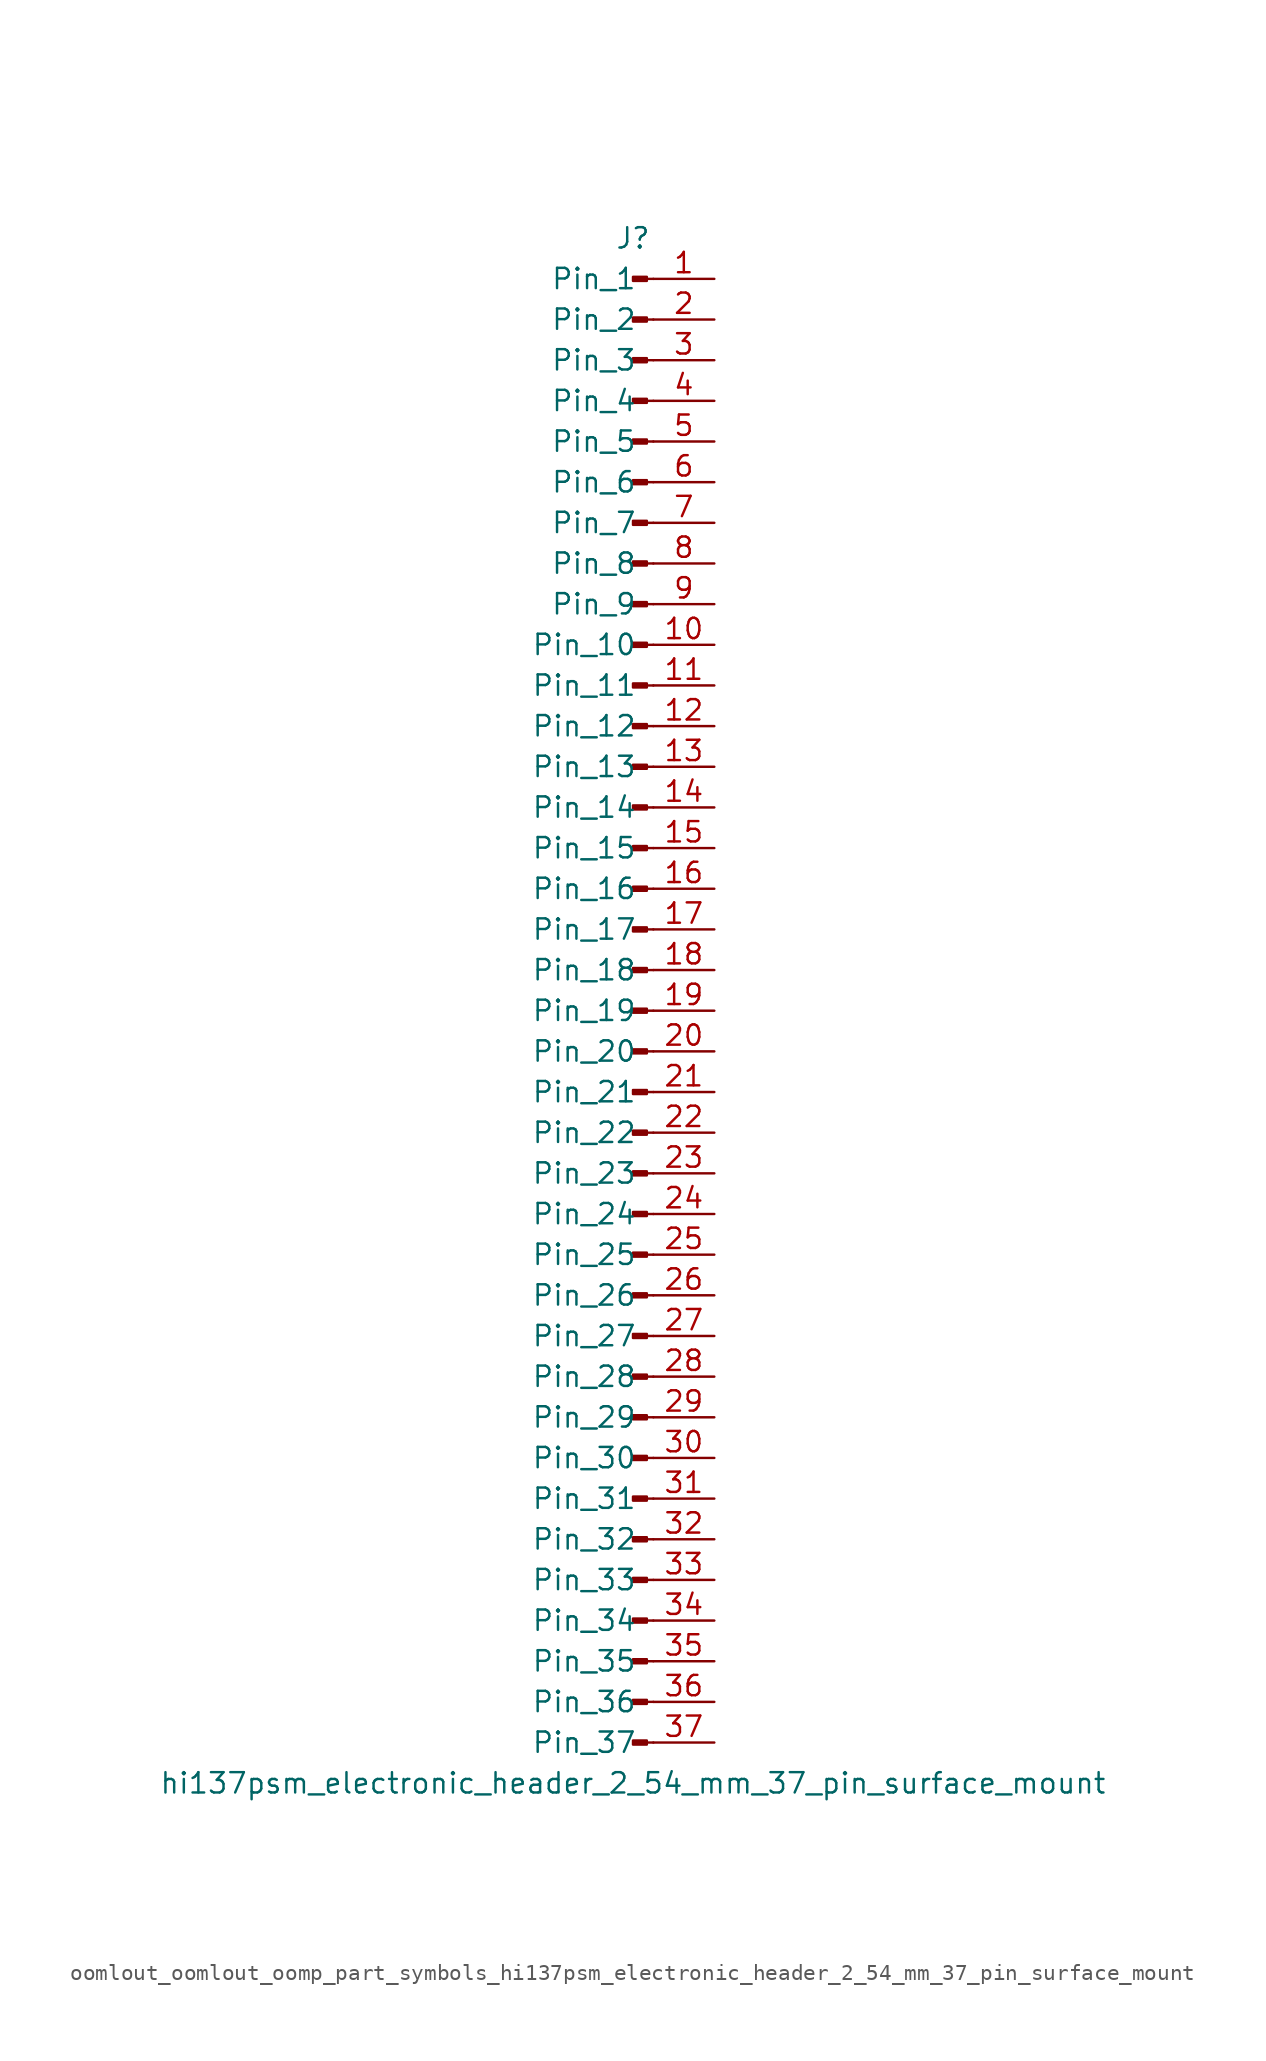
<source format=kicad_sym>
(kicad_symbol_lib
  (version 20220914)
  (generator kicad_symbol_editor)
  (symbol "oomlout_oomlout_oomp_part_symbols_hi137psm_electronic_header_2_54_mm_37_pin_surface_mount"
    (pin_names
      (offset 1.016))
    (property "Reference" "J"
      (at 0 48.26 0)
      (effects (font (size 1.27 1.27))))
    (property "Value" "hi137psm_electronic_header_2_54_mm_37_pin_surface_mount"
      (at 0 -48.26 0)
      (effects (font (size 1.27 1.27))))
    (property "ki_locked" ""
      (at 0 0 0)
      (effects (font (size 1.27 1.27))))
    (symbol "oomlout_oomlout_oomp_part_symbols_hi137psm_electronic_header_2_54_mm_37_pin_surface_mount_1_1"
      (polyline (pts (xy 1.27 -45.72) (xy 0.864 -45.72)) (stroke (width 0.152) (type default)) (fill (type none)))
      (polyline (pts (xy 1.27 -43.18) (xy 0.864 -43.18)) (stroke (width 0.152) (type default)) (fill (type none)))
      (polyline (pts (xy 1.27 -40.64) (xy 0.864 -40.64)) (stroke (width 0.152) (type default)) (fill (type none)))
      (polyline (pts (xy 1.27 -38.1) (xy 0.864 -38.1)) (stroke (width 0.152) (type default)) (fill (type none)))
      (polyline (pts (xy 1.27 -35.56) (xy 0.864 -35.56)) (stroke (width 0.152) (type default)) (fill (type none)))
      (polyline (pts (xy 1.27 -33.02) (xy 0.864 -33.02)) (stroke (width 0.152) (type default)) (fill (type none)))
      (polyline (pts (xy 1.27 -30.48) (xy 0.864 -30.48)) (stroke (width 0.152) (type default)) (fill (type none)))
      (polyline (pts (xy 1.27 -27.94) (xy 0.864 -27.94)) (stroke (width 0.152) (type default)) (fill (type none)))
      (polyline (pts (xy 1.27 -25.4) (xy 0.864 -25.4)) (stroke (width 0.152) (type default)) (fill (type none)))
      (polyline (pts (xy 1.27 -22.86) (xy 0.864 -22.86)) (stroke (width 0.152) (type default)) (fill (type none)))
      (polyline (pts (xy 1.27 -20.32) (xy 0.864 -20.32)) (stroke (width 0.152) (type default)) (fill (type none)))
      (polyline (pts (xy 1.27 -17.78) (xy 0.864 -17.78)) (stroke (width 0.152) (type default)) (fill (type none)))
      (polyline (pts (xy 1.27 -15.24) (xy 0.864 -15.24)) (stroke (width 0.152) (type default)) (fill (type none)))
      (polyline (pts (xy 1.27 -12.7) (xy 0.864 -12.7)) (stroke (width 0.152) (type default)) (fill (type none)))
      (polyline (pts (xy 1.27 -10.16) (xy 0.864 -10.16)) (stroke (width 0.152) (type default)) (fill (type none)))
      (polyline (pts (xy 1.27 -7.62) (xy 0.864 -7.62)) (stroke (width 0.152) (type default)) (fill (type none)))
      (polyline (pts (xy 1.27 -5.08) (xy 0.864 -5.08)) (stroke (width 0.152) (type default)) (fill (type none)))
      (polyline (pts (xy 1.27 -2.54) (xy 0.864 -2.54)) (stroke (width 0.152) (type default)) (fill (type none)))
      (polyline (pts (xy 1.27 0) (xy 0.864 0)) (stroke (width 0.152) (type default)) (fill (type none)))
      (polyline (pts (xy 1.27 2.54) (xy 0.864 2.54)) (stroke (width 0.152) (type default)) (fill (type none)))
      (polyline (pts (xy 1.27 5.08) (xy 0.864 5.08)) (stroke (width 0.152) (type default)) (fill (type none)))
      (polyline (pts (xy 1.27 7.62) (xy 0.864 7.62)) (stroke (width 0.152) (type default)) (fill (type none)))
      (polyline (pts (xy 1.27 10.16) (xy 0.864 10.16)) (stroke (width 0.152) (type default)) (fill (type none)))
      (polyline (pts (xy 1.27 12.7) (xy 0.864 12.7)) (stroke (width 0.152) (type default)) (fill (type none)))
      (polyline (pts (xy 1.27 15.24) (xy 0.864 15.24)) (stroke (width 0.152) (type default)) (fill (type none)))
      (polyline (pts (xy 1.27 17.78) (xy 0.864 17.78)) (stroke (width 0.152) (type default)) (fill (type none)))
      (polyline (pts (xy 1.27 20.32) (xy 0.864 20.32)) (stroke (width 0.152) (type default)) (fill (type none)))
      (polyline (pts (xy 1.27 22.86) (xy 0.864 22.86)) (stroke (width 0.152) (type default)) (fill (type none)))
      (polyline (pts (xy 1.27 25.4) (xy 0.864 25.4)) (stroke (width 0.152) (type default)) (fill (type none)))
      (polyline (pts (xy 1.27 27.94) (xy 0.864 27.94)) (stroke (width 0.152) (type default)) (fill (type none)))
      (polyline (pts (xy 1.27 30.48) (xy 0.864 30.48)) (stroke (width 0.152) (type default)) (fill (type none)))
      (polyline (pts (xy 1.27 33.02) (xy 0.864 33.02)) (stroke (width 0.152) (type default)) (fill (type none)))
      (polyline (pts (xy 1.27 35.56) (xy 0.864 35.56)) (stroke (width 0.152) (type default)) (fill (type none)))
      (polyline (pts (xy 1.27 38.1) (xy 0.864 38.1)) (stroke (width 0.152) (type default)) (fill (type none)))
      (polyline (pts (xy 1.27 40.64) (xy 0.864 40.64)) (stroke (width 0.152) (type default)) (fill (type none)))
      (polyline (pts (xy 1.27 43.18) (xy 0.864 43.18)) (stroke (width 0.152) (type default)) (fill (type none)))
      (polyline (pts (xy 1.27 45.72) (xy 0.864 45.72)) (stroke (width 0.152) (type default)) (fill (type none)))
      (rectangle (start 0.864 -45.593) (end 0 -45.847) (stroke (width 0.152) (type default)) (fill (type outline)))
      (rectangle (start 0.864 -43.053) (end 0 -43.307) (stroke (width 0.152) (type default)) (fill (type outline)))
      (rectangle (start 0.864 -40.513) (end 0 -40.767) (stroke (width 0.152) (type default)) (fill (type outline)))
      (rectangle (start 0.864 -37.973) (end 0 -38.227) (stroke (width 0.152) (type default)) (fill (type outline)))
      (rectangle (start 0.864 -35.433) (end 0 -35.687) (stroke (width 0.152) (type default)) (fill (type outline)))
      (rectangle (start 0.864 -32.893) (end 0 -33.147) (stroke (width 0.152) (type default)) (fill (type outline)))
      (rectangle (start 0.864 -30.353) (end 0 -30.607) (stroke (width 0.152) (type default)) (fill (type outline)))
      (rectangle (start 0.864 -27.813) (end 0 -28.067) (stroke (width 0.152) (type default)) (fill (type outline)))
      (rectangle (start 0.864 -25.273) (end 0 -25.527) (stroke (width 0.152) (type default)) (fill (type outline)))
      (rectangle (start 0.864 -22.733) (end 0 -22.987) (stroke (width 0.152) (type default)) (fill (type outline)))
      (rectangle (start 0.864 -20.193) (end 0 -20.447) (stroke (width 0.152) (type default)) (fill (type outline)))
      (rectangle (start 0.864 -17.653) (end 0 -17.907) (stroke (width 0.152) (type default)) (fill (type outline)))
      (rectangle (start 0.864 -15.113) (end 0 -15.367) (stroke (width 0.152) (type default)) (fill (type outline)))
      (rectangle (start 0.864 -12.573) (end 0 -12.827) (stroke (width 0.152) (type default)) (fill (type outline)))
      (rectangle (start 0.864 -10.033) (end 0 -10.287) (stroke (width 0.152) (type default)) (fill (type outline)))
      (rectangle (start 0.864 -7.493) (end 0 -7.747) (stroke (width 0.152) (type default)) (fill (type outline)))
      (rectangle (start 0.864 -4.953) (end 0 -5.207) (stroke (width 0.152) (type default)) (fill (type outline)))
      (rectangle (start 0.864 -2.413) (end 0 -2.667) (stroke (width 0.152) (type default)) (fill (type outline)))
      (rectangle (start 0.864 0.127) (end 0 -0.127) (stroke (width 0.152) (type default)) (fill (type outline)))
      (rectangle (start 0.864 2.667) (end 0 2.413) (stroke (width 0.152) (type default)) (fill (type outline)))
      (rectangle (start 0.864 5.207) (end 0 4.953) (stroke (width 0.152) (type default)) (fill (type outline)))
      (rectangle (start 0.864 7.747) (end 0 7.493) (stroke (width 0.152) (type default)) (fill (type outline)))
      (rectangle (start 0.864 10.287) (end 0 10.033) (stroke (width 0.152) (type default)) (fill (type outline)))
      (rectangle (start 0.864 12.827) (end 0 12.573) (stroke (width 0.152) (type default)) (fill (type outline)))
      (rectangle (start 0.864 15.367) (end 0 15.113) (stroke (width 0.152) (type default)) (fill (type outline)))
      (rectangle (start 0.864 17.907) (end 0 17.653) (stroke (width 0.152) (type default)) (fill (type outline)))
      (rectangle (start 0.864 20.447) (end 0 20.193) (stroke (width 0.152) (type default)) (fill (type outline)))
      (rectangle (start 0.864 22.987) (end 0 22.733) (stroke (width 0.152) (type default)) (fill (type outline)))
      (rectangle (start 0.864 25.527) (end 0 25.273) (stroke (width 0.152) (type default)) (fill (type outline)))
      (rectangle (start 0.864 28.067) (end 0 27.813) (stroke (width 0.152) (type default)) (fill (type outline)))
      (rectangle (start 0.864 30.607) (end 0 30.353) (stroke (width 0.152) (type default)) (fill (type outline)))
      (rectangle (start 0.864 33.147) (end 0 32.893) (stroke (width 0.152) (type default)) (fill (type outline)))
      (rectangle (start 0.864 35.687) (end 0 35.433) (stroke (width 0.152) (type default)) (fill (type outline)))
      (rectangle (start 0.864 38.227) (end 0 37.973) (stroke (width 0.152) (type default)) (fill (type outline)))
      (rectangle (start 0.864 40.767) (end 0 40.513) (stroke (width 0.152) (type default)) (fill (type outline)))
      (rectangle (start 0.864 43.307) (end 0 43.053) (stroke (width 0.152) (type default)) (fill (type outline)))
      (rectangle (start 0.864 45.847) (end 0 45.593) (stroke (width 0.152) (type default)) (fill (type outline)))
      (pin passive line (at 5.08 45.72 180) (length 3.81) (name "Pin_1" (effects (font (size 1.27 1.27)))) (number "1" (effects (font (size 1.27 1.27)))))
      (pin passive line (at 5.08 22.86 180) (length 3.81) (name "Pin_10" (effects (font (size 1.27 1.27)))) (number "10" (effects (font (size 1.27 1.27)))))
      (pin passive line (at 5.08 20.32 180) (length 3.81) (name "Pin_11" (effects (font (size 1.27 1.27)))) (number "11" (effects (font (size 1.27 1.27)))))
      (pin passive line (at 5.08 17.78 180) (length 3.81) (name "Pin_12" (effects (font (size 1.27 1.27)))) (number "12" (effects (font (size 1.27 1.27)))))
      (pin passive line (at 5.08 15.24 180) (length 3.81) (name "Pin_13" (effects (font (size 1.27 1.27)))) (number "13" (effects (font (size 1.27 1.27)))))
      (pin passive line (at 5.08 12.7 180) (length 3.81) (name "Pin_14" (effects (font (size 1.27 1.27)))) (number "14" (effects (font (size 1.27 1.27)))))
      (pin passive line (at 5.08 10.16 180) (length 3.81) (name "Pin_15" (effects (font (size 1.27 1.27)))) (number "15" (effects (font (size 1.27 1.27)))))
      (pin passive line (at 5.08 7.62 180) (length 3.81) (name "Pin_16" (effects (font (size 1.27 1.27)))) (number "16" (effects (font (size 1.27 1.27)))))
      (pin passive line (at 5.08 5.08 180) (length 3.81) (name "Pin_17" (effects (font (size 1.27 1.27)))) (number "17" (effects (font (size 1.27 1.27)))))
      (pin passive line (at 5.08 2.54 180) (length 3.81) (name "Pin_18" (effects (font (size 1.27 1.27)))) (number "18" (effects (font (size 1.27 1.27)))))
      (pin passive line (at 5.08 0 180) (length 3.81) (name "Pin_19" (effects (font (size 1.27 1.27)))) (number "19" (effects (font (size 1.27 1.27)))))
      (pin passive line (at 5.08 43.18 180) (length 3.81) (name "Pin_2" (effects (font (size 1.27 1.27)))) (number "2" (effects (font (size 1.27 1.27)))))
      (pin passive line (at 5.08 -2.54 180) (length 3.81) (name "Pin_20" (effects (font (size 1.27 1.27)))) (number "20" (effects (font (size 1.27 1.27)))))
      (pin passive line (at 5.08 -5.08 180) (length 3.81) (name "Pin_21" (effects (font (size 1.27 1.27)))) (number "21" (effects (font (size 1.27 1.27)))))
      (pin passive line (at 5.08 -7.62 180) (length 3.81) (name "Pin_22" (effects (font (size 1.27 1.27)))) (number "22" (effects (font (size 1.27 1.27)))))
      (pin passive line (at 5.08 -10.16 180) (length 3.81) (name "Pin_23" (effects (font (size 1.27 1.27)))) (number "23" (effects (font (size 1.27 1.27)))))
      (pin passive line (at 5.08 -12.7 180) (length 3.81) (name "Pin_24" (effects (font (size 1.27 1.27)))) (number "24" (effects (font (size 1.27 1.27)))))
      (pin passive line (at 5.08 -15.24 180) (length 3.81) (name "Pin_25" (effects (font (size 1.27 1.27)))) (number "25" (effects (font (size 1.27 1.27)))))
      (pin passive line (at 5.08 -17.78 180) (length 3.81) (name "Pin_26" (effects (font (size 1.27 1.27)))) (number "26" (effects (font (size 1.27 1.27)))))
      (pin passive line (at 5.08 -20.32 180) (length 3.81) (name "Pin_27" (effects (font (size 1.27 1.27)))) (number "27" (effects (font (size 1.27 1.27)))))
      (pin passive line (at 5.08 -22.86 180) (length 3.81) (name "Pin_28" (effects (font (size 1.27 1.27)))) (number "28" (effects (font (size 1.27 1.27)))))
      (pin passive line (at 5.08 -25.4 180) (length 3.81) (name "Pin_29" (effects (font (size 1.27 1.27)))) (number "29" (effects (font (size 1.27 1.27)))))
      (pin passive line (at 5.08 40.64 180) (length 3.81) (name "Pin_3" (effects (font (size 1.27 1.27)))) (number "3" (effects (font (size 1.27 1.27)))))
      (pin passive line (at 5.08 -27.94 180) (length 3.81) (name "Pin_30" (effects (font (size 1.27 1.27)))) (number "30" (effects (font (size 1.27 1.27)))))
      (pin passive line (at 5.08 -30.48 180) (length 3.81) (name "Pin_31" (effects (font (size 1.27 1.27)))) (number "31" (effects (font (size 1.27 1.27)))))
      (pin passive line (at 5.08 -33.02 180) (length 3.81) (name "Pin_32" (effects (font (size 1.27 1.27)))) (number "32" (effects (font (size 1.27 1.27)))))
      (pin passive line (at 5.08 -35.56 180) (length 3.81) (name "Pin_33" (effects (font (size 1.27 1.27)))) (number "33" (effects (font (size 1.27 1.27)))))
      (pin passive line (at 5.08 -38.1 180) (length 3.81) (name "Pin_34" (effects (font (size 1.27 1.27)))) (number "34" (effects (font (size 1.27 1.27)))))
      (pin passive line (at 5.08 -40.64 180) (length 3.81) (name "Pin_35" (effects (font (size 1.27 1.27)))) (number "35" (effects (font (size 1.27 1.27)))))
      (pin passive line (at 5.08 -43.18 180) (length 3.81) (name "Pin_36" (effects (font (size 1.27 1.27)))) (number "36" (effects (font (size 1.27 1.27)))))
      (pin passive line (at 5.08 -45.72 180) (length 3.81) (name "Pin_37" (effects (font (size 1.27 1.27)))) (number "37" (effects (font (size 1.27 1.27)))))
      (pin passive line (at 5.08 38.1 180) (length 3.81) (name "Pin_4" (effects (font (size 1.27 1.27)))) (number "4" (effects (font (size 1.27 1.27)))))
      (pin passive line (at 5.08 35.56 180) (length 3.81) (name "Pin_5" (effects (font (size 1.27 1.27)))) (number "5" (effects (font (size 1.27 1.27)))))
      (pin passive line (at 5.08 33.02 180) (length 3.81) (name "Pin_6" (effects (font (size 1.27 1.27)))) (number "6" (effects (font (size 1.27 1.27)))))
      (pin passive line (at 5.08 30.48 180) (length 3.81) (name "Pin_7" (effects (font (size 1.27 1.27)))) (number "7" (effects (font (size 1.27 1.27)))))
      (pin passive line (at 5.08 27.94 180) (length 3.81) (name "Pin_8" (effects (font (size 1.27 1.27)))) (number "8" (effects (font (size 1.27 1.27)))))
      (pin passive line (at 5.08 25.4 180) (length 3.81) (name "Pin_9" (effects (font (size 1.27 1.27)))) (number "9" (effects (font (size 1.27 1.27))))))))
</source>
